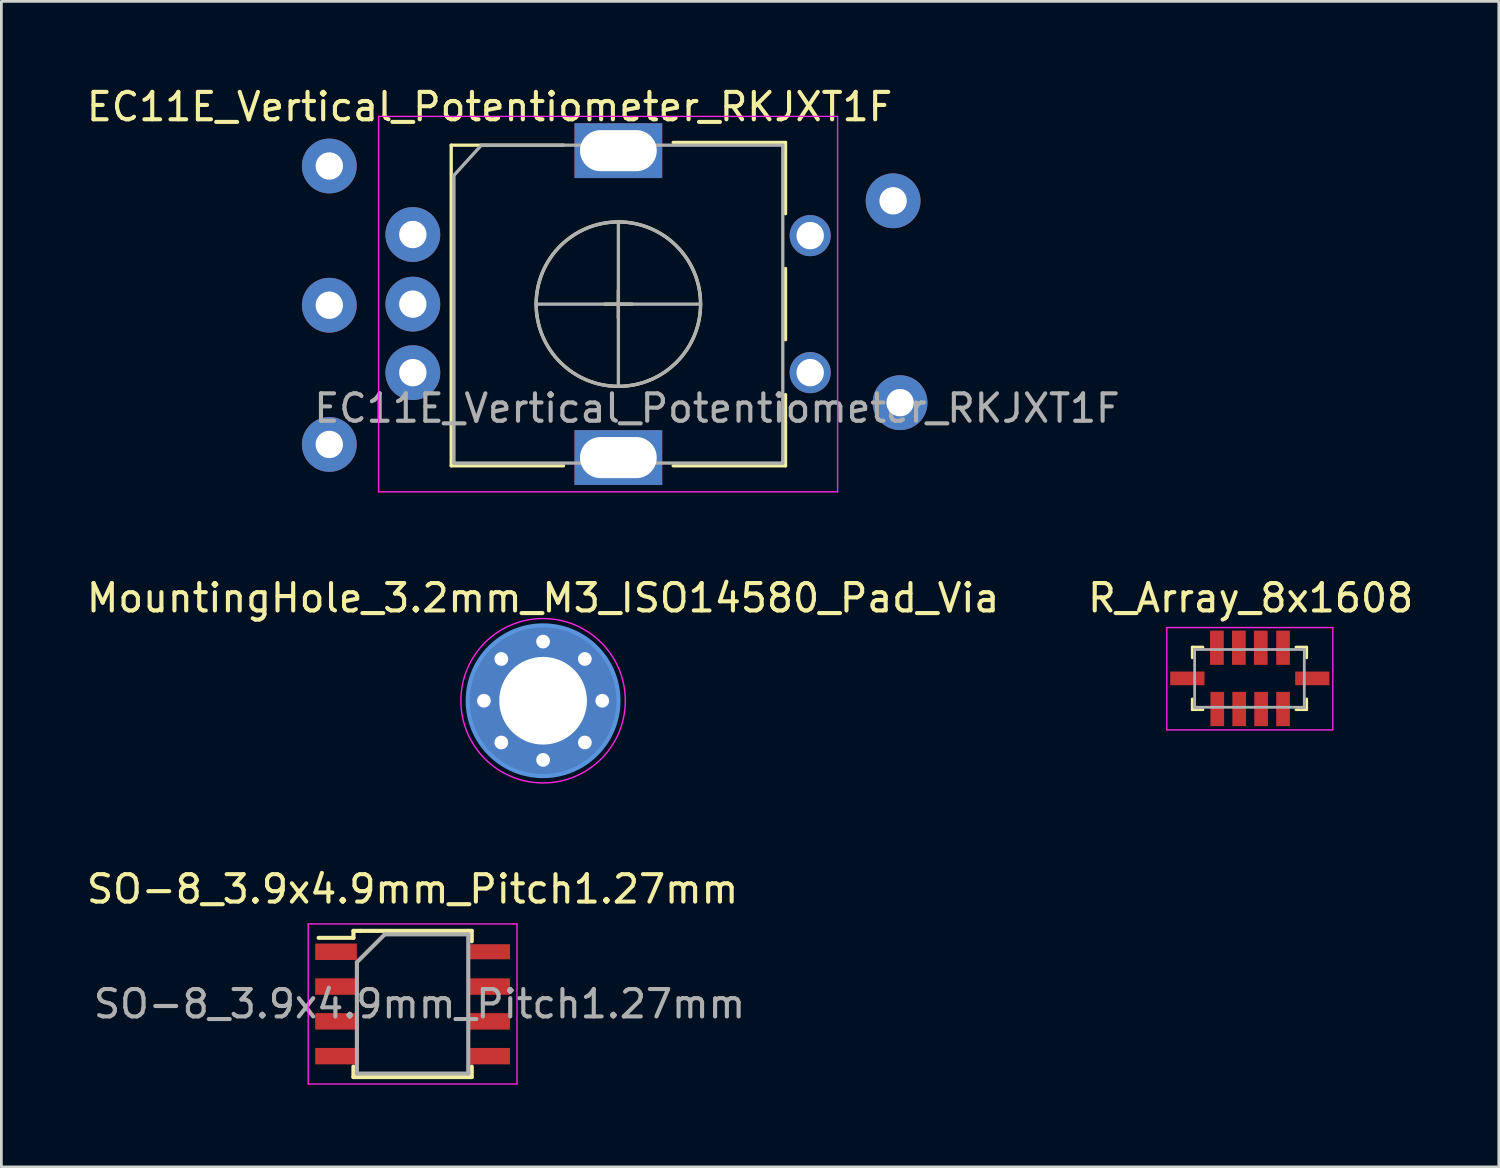
<source format=kicad_pcb>
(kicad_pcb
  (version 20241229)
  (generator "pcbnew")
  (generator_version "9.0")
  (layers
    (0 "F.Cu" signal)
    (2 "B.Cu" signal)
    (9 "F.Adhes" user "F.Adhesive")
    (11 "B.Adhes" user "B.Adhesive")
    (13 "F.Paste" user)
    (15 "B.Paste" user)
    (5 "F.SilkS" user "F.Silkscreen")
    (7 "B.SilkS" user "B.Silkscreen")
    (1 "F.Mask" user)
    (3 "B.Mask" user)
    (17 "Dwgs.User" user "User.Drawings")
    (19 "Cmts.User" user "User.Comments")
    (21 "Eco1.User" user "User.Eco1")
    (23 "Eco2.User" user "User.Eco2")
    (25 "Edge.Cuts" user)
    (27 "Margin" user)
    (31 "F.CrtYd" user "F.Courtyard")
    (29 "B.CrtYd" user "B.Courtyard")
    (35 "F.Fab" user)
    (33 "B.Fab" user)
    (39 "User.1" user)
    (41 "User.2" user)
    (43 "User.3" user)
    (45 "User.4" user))
  (footprint "MountingHole_3.2mm_M3_ISO14580_Pad_Via"
    (layer "F.Cu")
    (at 16.768 22.521)
    (property "Reference" "MountingHole_3.2mm_M3_ISO14580_Pad_Via" (at 0 -3.75 0) (layer "F.SilkS") (effects (font (size 1 1) (thickness 0.15))))
    (attr through_hole)
    (fp_circle (center 0 0) (end 2.75 0) (stroke (width 0.15) (type solid)) (fill no) (layer "Cmts.User"))
    (fp_circle (center 0 0) (end 3 0) (stroke (width 0.05) (type solid)) (fill no) (layer "F.CrtYd"))
    (pad "" thru_hole circle (at -2.159 0) (size 0.6 0.6) (drill 0.5) (layers "*.Cu" "*.Mask"))
    (pad "" thru_hole circle (at -1.524 -1.524) (size 0.6 0.6) (drill 0.5) (layers "*.Cu" "*.Mask"))
    (pad "" thru_hole circle (at -1.524 1.524) (size 0.6 0.6) (drill 0.5) (layers "*.Cu" "*.Mask"))
    (pad "" thru_hole circle (at 0 -2.159) (size 0.6 0.6) (drill 0.5) (layers "*.Cu" "*.Mask"))
    (pad "" thru_hole circle (at 0 2.159) (size 0.6 0.6) (drill 0.5) (layers "*.Cu" "*.Mask"))
    (pad "" thru_hole circle (at 1.524 -1.524) (size 0.6 0.6) (drill 0.5) (layers "*.Cu" "*.Mask"))
    (pad "" thru_hole circle (at 1.524 1.524) (size 0.6 0.6) (drill 0.5) (layers "*.Cu" "*.Mask"))
    (pad "" thru_hole circle (at 2.159 0) (size 0.6 0.6) (drill 0.5) (layers "*.Cu" "*.Mask"))
    (pad "1" thru_hole circle (at 0 0) (size 5.5 5.5) (drill 3.2) (layers "*.Cu" "*.Mask")))
  (footprint "R_Array_8x1608"
    (layer "F.Cu")
    (at 42.551 21.705)
    (property "Reference" "R_Array_8x1608" (at 0.038 -2.934 0) (layer "F.SilkS") (effects (font (size 1 1) (thickness 0.15))))
    (attr through_hole)
    (fp_line (start -2.095 -1.143) (end -2.095 -0.749) (stroke (width 0.1) (type solid)) (layer "F.SilkS"))
    (fp_line (start -2.095 -1.143) (end -1.702 -1.143) (stroke (width 0.1) (type solid)) (layer "F.SilkS"))
    (fp_line (start -2.095 0.749) (end -2.095 1.143) (stroke (width 0.1) (type solid)) (layer "F.SilkS"))
    (fp_line (start -2.095 1.143) (end -1.702 1.143) (stroke (width 0.1) (type solid)) (layer "F.SilkS"))
    (fp_line (start 1.689 -1.143) (end 2.083 -1.143) (stroke (width 0.1) (type solid)) (layer "F.SilkS"))
    (fp_line (start 2.083 -1.143) (end 2.083 -0.749) (stroke (width 0.1) (type solid)) (layer "F.SilkS"))
    (fp_line (start 2.083 0.749) (end 2.083 1.143) (stroke (width 0.1) (type solid)) (layer "F.SilkS"))
    (fp_line (start 2.083 1.143) (end 1.689 1.143) (stroke (width 0.1) (type solid)) (layer "F.SilkS"))
    (fp_line (start -3.023 -1.854) (end 3.035 -1.854) (stroke (width 0.05) (type solid)) (layer "F.CrtYd"))
    (fp_line (start -3.023 1.88) (end -3.023 -1.854) (stroke (width 0.05) (type solid)) (layer "F.CrtYd"))
    (fp_line (start 3.035 -1.854) (end 3.035 1.867) (stroke (width 0.05) (type solid)) (layer "F.CrtYd"))
    (fp_line (start 3.035 1.88) (end -3.023 1.88) (stroke (width 0.05) (type solid)) (layer "F.CrtYd"))
    (fp_line (start -2.007 -1.054) (end 1.994 -1.054) (stroke (width 0.1) (type solid)) (layer "F.Fab"))
    (fp_line (start -2.007 0) (end -2.007 -1.054) (stroke (width 0.1) (type solid)) (layer "F.Fab"))
    (fp_line (start -2.007 1.054) (end -2.007 -0.013) (stroke (width 0.1) (type solid)) (layer "F.Fab"))
    (fp_line (start 1.994 -1.054) (end 1.994 1.054) (stroke (width 0.1) (type solid)) (layer "F.Fab"))
    (fp_line (start 1.994 1.054) (end -2.007 1.054) (stroke (width 0.1) (type solid)) (layer "F.Fab"))
    (pad "1" smd rect (at -2.273 0) (size 1.25 0.5) (layers "F.Cu" "F.Mask" "F.Paste"))
    (pad "2" smd rect (at -1.194 -1.118) (size 0.5 1.25) (layers "F.Cu" "F.Mask" "F.Paste"))
    (pad "3" smd rect (at -0.394 -1.118) (size 0.5 1.25) (layers "F.Cu" "F.Mask" "F.Paste"))
    (pad "4" smd rect (at 0.406 -1.118) (size 0.5 1.25) (layers "F.Cu" "F.Mask" "F.Paste"))
    (pad "5" smd rect (at 1.219 -1.118) (size 0.5 1.25) (layers "F.Cu" "F.Mask" "F.Paste"))
    (pad "6" smd rect (at -1.181 1.118) (size 0.5 1.25) (layers "F.Cu" "F.Mask" "F.Paste"))
    (pad "7" smd rect (at -0.381 1.118) (size 0.5 1.25) (layers "F.Cu" "F.Mask" "F.Paste"))
    (pad "8" smd rect (at 0.419 1.118) (size 0.5 1.25) (layers "F.Cu" "F.Mask" "F.Paste"))
    (pad "9" smd rect (at 1.219 1.118) (size 0.5 1.25) (layers "F.Cu" "F.Mask" "F.Paste"))
    (pad "10" smd rect (at 2.286 0) (size 1.25 0.5) (layers "F.Cu" "F.Mask" "F.Paste")))
  (footprint "SO-8_3.9x4.9mm_Pitch1.27mm"
    (layer "F.Cu")
    (at 12.006 33.586)
    (property "Reference" "SO-8_3.9x4.9mm_Pitch1.27mm" (at 0 -4.191 0) (layer "F.SilkS") (effects (font (size 1 1) (thickness 0.15))))
    (attr smd)
    (fp_line (start -3.429 -2.413) (end -2.159 -2.413) (stroke (width 0.15) (type solid)) (layer "F.SilkS"))
    (fp_line (start -2.159 -2.413) (end -2.159 -2.667) (stroke (width 0.15) (type solid)) (layer "F.SilkS"))
    (fp_line (start -2.159 2.286) (end -2.159 2.667) (stroke (width 0.15) (type solid)) (layer "F.SilkS"))
    (fp_line (start -2.159 2.667) (end 2.159 2.667) (stroke (width 0.15) (type solid)) (layer "F.SilkS"))
    (fp_line (start -1.905 -2.667) (end -2.159 -2.667) (stroke (width 0.15) (type solid)) (layer "F.SilkS"))
    (fp_line (start -1.905 -2.667) (end 2.032 -2.667) (stroke (width 0.15) (type solid)) (layer "F.SilkS"))
    (fp_line (start 2.159 -2.667) (end 2.032 -2.667) (stroke (width 0.15) (type solid)) (layer "F.SilkS"))
    (fp_line (start 2.159 -2.667) (end 2.159 -2.286) (stroke (width 0.15) (type solid)) (layer "F.SilkS"))
    (fp_line (start 2.159 2.667) (end 2.159 2.286) (stroke (width 0.15) (type solid)) (layer "F.SilkS"))
    (fp_line (start -3.81 -2.921) (end -3.683 -2.921) (stroke (width 0.05) (type solid)) (layer "F.CrtYd"))
    (fp_line (start -3.81 2.921) (end -3.81 -2.921) (stroke (width 0.05) (type solid)) (layer "F.CrtYd"))
    (fp_line (start -3.683 -2.921) (end 3.683 -2.921) (stroke (width 0.05) (type solid)) (layer "F.CrtYd"))
    (fp_line (start 3.683 -2.921) (end 3.81 -2.921) (stroke (width 0.05) (type solid)) (layer "F.CrtYd"))
    (fp_line (start 3.81 -2.921) (end 3.81 2.921) (stroke (width 0.05) (type solid)) (layer "F.CrtYd"))
    (fp_line (start 3.81 2.921) (end -3.81 2.921) (stroke (width 0.05) (type solid)) (layer "F.CrtYd"))
    (fp_line (start -2.032 -1.524) (end -2.032 2.54) (stroke (width 0.15) (type solid)) (layer "F.Fab"))
    (fp_line (start -1.016 -2.54) (end -2.032 -1.524) (stroke (width 0.15) (type solid)) (layer "F.Fab"))
    (fp_line (start -1.016 -2.54) (end 2.032 -2.54) (stroke (width 0.15) (type solid)) (layer "F.Fab"))
    (fp_line (start 2.032 2.54) (end -2.032 2.54) (stroke (width 0.15) (type solid)) (layer "F.Fab"))
    (fp_line (start 2.032 2.54) (end 2.032 -2.54) (stroke (width 0.15) (type solid)) (layer "F.Fab"))
    (fp_text user "${REFERENCE}" (at 0.254 0 0) (layer "F.Fab") (effects (font (size 1 1) (thickness 0.15))))
    (pad "1" smd rect (at -2.794 -1.905) (size 1.52 0.6) (layers "F.Cu" "F.Mask" "F.Paste"))
    (pad "2" smd rect (at -2.794 -0.635) (size 1.52 0.6) (layers "F.Cu" "F.Mask" "F.Paste"))
    (pad "3" smd rect (at -2.794 0.635) (size 1.52 0.6) (layers "F.Cu" "F.Mask" "F.Paste"))
    (pad "4" smd rect (at -2.794 1.905) (size 1.52 0.6) (layers "F.Cu" "F.Mask" "F.Paste"))
    (pad "5" smd rect (at 2.794 1.905) (size 1.52 0.6) (layers "F.Cu" "F.Mask" "F.Paste"))
    (pad "6" smd rect (at 2.794 0.635) (size 1.52 0.6) (layers "F.Cu" "F.Mask" "F.Paste"))
    (pad "7" smd rect (at 2.794 -0.635) (size 1.52 0.6) (layers "F.Cu" "F.Mask" "F.Paste"))
    (pad "8" smd rect (at 2.794 -1.905) (size 1.52 0.55) (layers "F.Cu" "F.Mask" "F.Paste")))
  (footprint "EC11E_Vertical_Potentiometer_RKJXT1F"
    (layer "F.Cu")
    (at 12.015 5.548)
    (property "Reference" "EC11E_Vertical_Potentiometer_RKJXT1F" (at 2.8 -4.7 0) (layer "F.SilkS") (effects (font (size 1 1) (thickness 0.15))))
    (attr through_hole)
    (fp_line (start 1.4 -3.3) (end 1.4 8.4) (stroke (width 0.12) (type solid)) (layer "F.SilkS"))
    (fp_line (start 5.5 -3.3) (end 1.4 -3.3) (stroke (width 0.12) (type solid)) (layer "F.SilkS"))
    (fp_line (start 5.5 8.4) (end 1.4 8.4) (stroke (width 0.12) (type solid)) (layer "F.SilkS"))
    (fp_line (start 7 2.5) (end 8 2.5) (stroke (width 0.12) (type solid)) (layer "F.SilkS"))
    (fp_line (start 7.5 2) (end 7.5 3) (stroke (width 0.12) (type solid)) (layer "F.SilkS"))
    (fp_line (start 9.5 -3.4) (end 13.6 -3.4) (stroke (width 0.12) (type solid)) (layer "F.SilkS"))
    (fp_line (start 13.6 -3.4) (end 13.6 -0.8) (stroke (width 0.12) (type solid)) (layer "F.SilkS"))
    (fp_line (start 13.6 1.2) (end 13.6 3.8) (stroke (width 0.12) (type solid)) (layer "F.SilkS"))
    (fp_line (start 13.6 5.8) (end 13.6 8.4) (stroke (width 0.12) (type solid)) (layer "F.SilkS"))
    (fp_line (start 13.6 8.4) (end 9.5 8.4) (stroke (width 0.12) (type solid)) (layer "F.SilkS"))
    (fp_circle (center 7.5 2.5) (end 10.5 2.5) (stroke (width 0.12) (type solid)) (fill no) (layer "F.SilkS"))
    (fp_line (start -1.25 -4.35) (end -1.25 9.35) (stroke (width 0.05) (type solid)) (layer "F.CrtYd"))
    (fp_line (start -1.25 -4.35) (end 15.5 -4.35) (stroke (width 0.05) (type solid)) (layer "F.CrtYd"))
    (fp_line (start 15.5 9.35) (end -1.25 9.35) (stroke (width 0.05) (type solid)) (layer "F.CrtYd"))
    (fp_line (start 15.5 9.35) (end 15.5 -4.35) (stroke (width 0.05) (type solid)) (layer "F.CrtYd"))
    (fp_line (start 1.5 -2.2) (end 2.5 -3.3) (stroke (width 0.12) (type solid)) (layer "F.Fab"))
    (fp_line (start 1.5 8.3) (end 1.5 -2.2) (stroke (width 0.12) (type solid)) (layer "F.Fab"))
    (fp_line (start 2.5 -3.3) (end 13.5 -3.3) (stroke (width 0.12) (type solid)) (layer "F.Fab"))
    (fp_line (start 4.5 2.5) (end 10.5 2.5) (stroke (width 0.12) (type solid)) (layer "F.Fab"))
    (fp_line (start 7.5 -0.5) (end 7.5 5.5) (stroke (width 0.12) (type solid)) (layer "F.Fab"))
    (fp_line (start 13.5 -3.3) (end 13.5 8.3) (stroke (width 0.12) (type solid)) (layer "F.Fab"))
    (fp_line (start 13.5 8.3) (end 1.5 8.3) (stroke (width 0.12) (type solid)) (layer "F.Fab"))
    (fp_circle (center 7.5 2.5) (end 10.5 2.5) (stroke (width 0.12) (type solid)) (fill no) (layer "F.Fab"))
    (fp_text user "${REFERENCE}" (at 11.1 6.3 0) (layer "F.Fab") (effects (font (size 1 1) (thickness 0.15))))
    (pad "" thru_hole circle (at 14.5 0) (size 1.5 1.5) (drill 1) (layers "*.Cu" "*.Mask"))
    (pad "" thru_hole circle (at 14.5 5) (size 1.5 1.5) (drill 1) (layers "*.Cu" "*.Mask"))
    (pad "1" thru_hole circle (at -3.048 -2.54) (size 2 2) (drill 1) (layers "*.Cu" "*.Mask"))
    (pad "2" thru_hole circle (at -3.048 2.54) (size 2 2) (drill 1) (layers "*.Cu" "*.Mask"))
    (pad "3" thru_hole circle (at -3.048 7.62) (size 2 2) (drill 1) (layers "*.Cu" "*.Mask"))
    (pad "A" thru_hole circle (at 0 -0.04) (size 2 2) (drill 1) (layers "*.Cu" "*.Mask"))
    (pad "B" thru_hole circle (at 0 5) (size 2 2) (drill 1) (layers "*.Cu" "*.Mask"))
    (pad "C" thru_hole circle (at 0 2.5) (size 2 2) (drill 1) (layers "*.Cu" "*.Mask"))
    (pad "MP" thru_hole rect (at 7.5 -3.1) (size 3.2 2) (drill oval 2.8 1.5) (layers "*.Cu" "*.Mask"))
    (pad "MP" thru_hole rect (at 7.5 8.1) (size 3.2 2) (drill oval 2.8 1.5) (layers "*.Cu" "*.Mask"))
    (pad "PSW" thru_hole circle (at 17.526 -1.27) (size 2 2) (drill 1) (layers "*.Cu" "*.Mask"))
    (pad "PSW" thru_hole circle (at 17.78 6.096) (size 2 2) (drill 1) (layers "*.Cu" "*.Mask")))
  (gr_rect
    (start -3 -3)
    (end 51.643 39.532)
    (stroke (width 0.1) (type default))
    (fill no)
    (layer "Edge.Cuts")))
</source>
